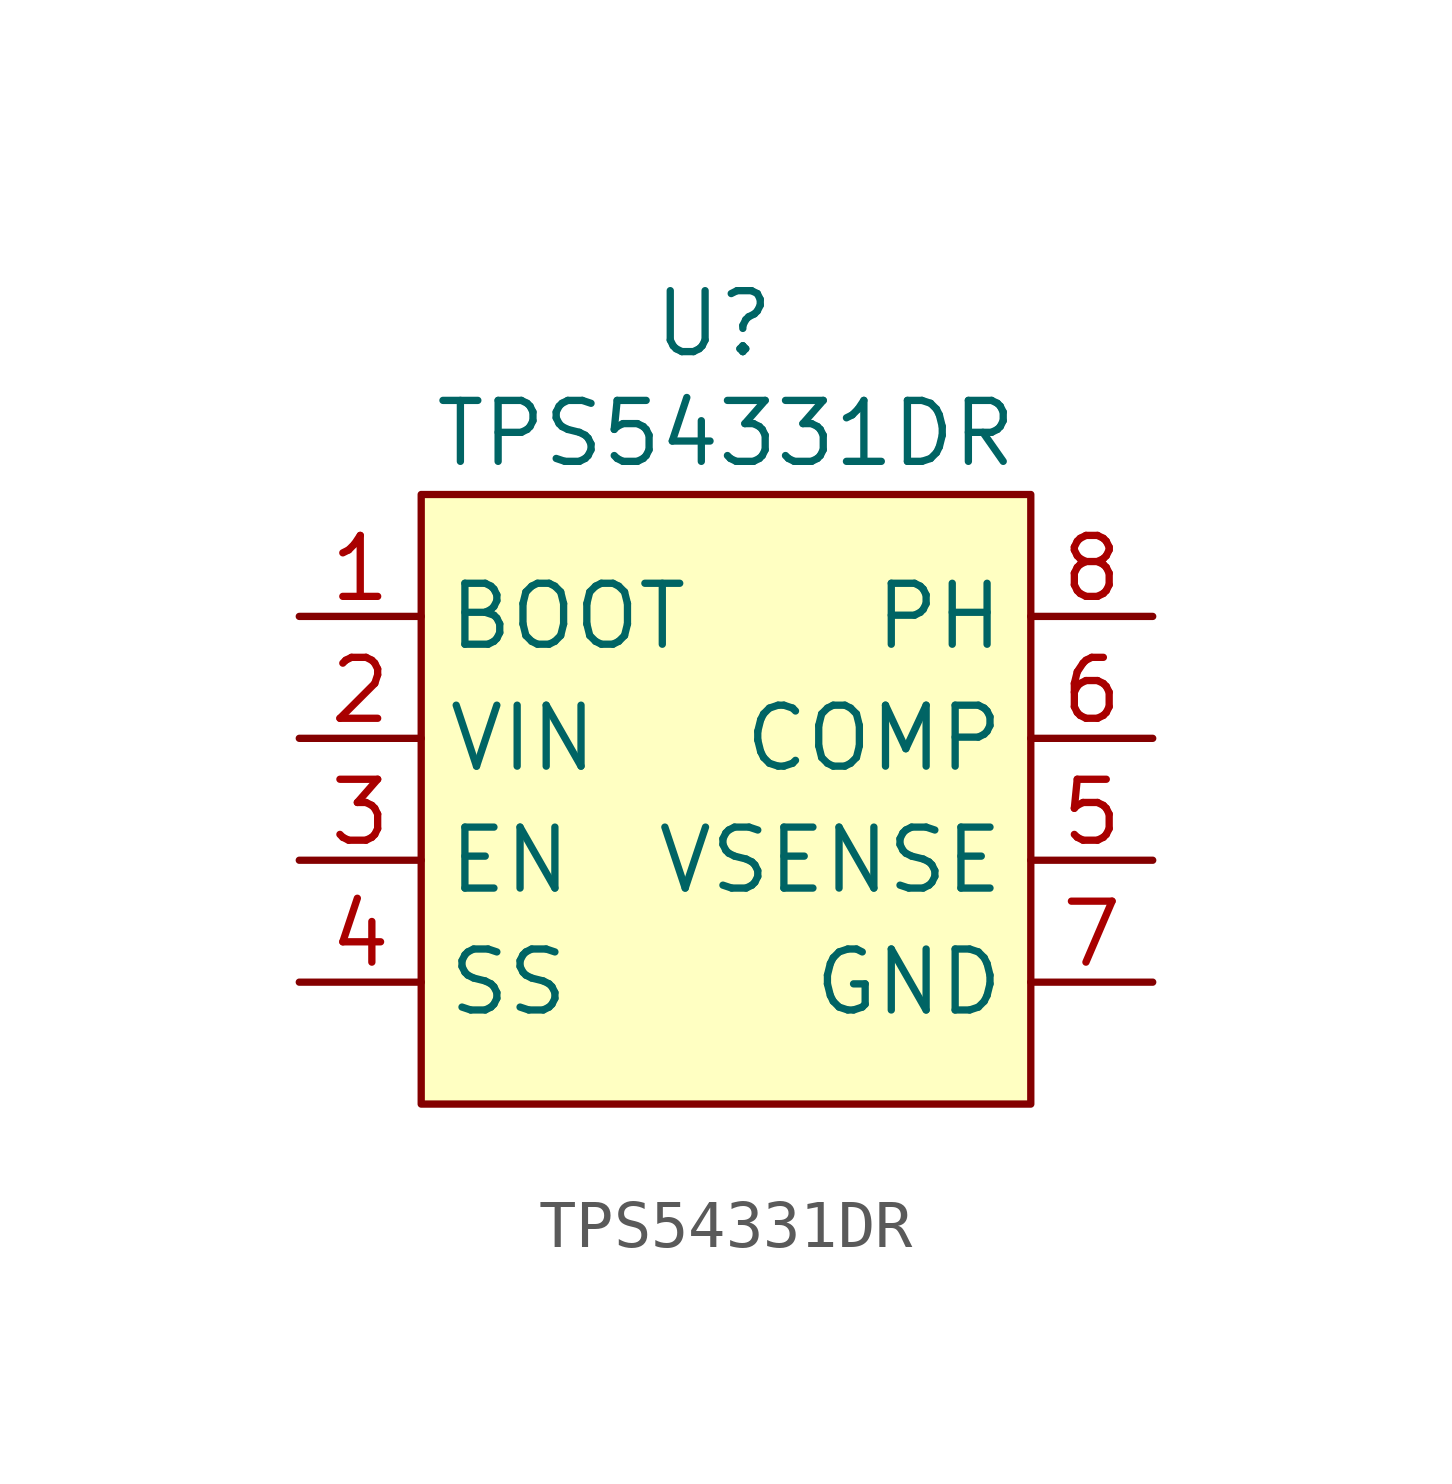
<source format=kicad_sym>
(kicad_symbol_lib
  (version 20231120)
  (generator "kicad_symbol_editor")
  (generator_version "8.0")
  (symbol "TPS54331DR"
    (property "Reference" "U"
      (at -0.254 2.286 0)
      (effects (font (size 1.27 1.27))))
    (property "Value" "TPS54331DR"
      (at 0 0 0)
      (effects (font (size 1.27 1.27))))
    (symbol "TPS54331DR_1_1"
      (rectangle (start -6.35 -1.27) (end 6.35 -13.97) (stroke (width 0) (type default)) (fill (type background)))
      (pin input line (at -8.89 -3.81 0) (length 2.54) (name "BOOT" (effects (font (size 1.27 1.27)))) (number "1" (effects (font (size 1.27 1.27)))))
      (pin power_in line (at -8.89 -6.35 0) (length 2.54) (name "VIN" (effects (font (size 1.27 1.27)))) (number "2" (effects (font (size 1.27 1.27)))))
      (pin input line (at -8.89 -8.89 0) (length 2.54) (name "EN" (effects (font (size 1.27 1.27)))) (number "3" (effects (font (size 1.27 1.27)))))
      (pin input line (at -8.89 -11.43 0) (length 2.54) (name "SS" (effects (font (size 1.27 1.27)))) (number "4" (effects (font (size 1.27 1.27)))))
      (pin input line (at 8.89 -8.89 180) (length 2.54) (name "VSENSE" (effects (font (size 1.27 1.27)))) (number "5" (effects (font (size 1.27 1.27)))))
      (pin input line (at 8.89 -6.35 180) (length 2.54) (name "COMP" (effects (font (size 1.27 1.27)))) (number "6" (effects (font (size 1.27 1.27)))))
      (pin power_in line (at 8.89 -11.43 180) (length 2.54) (name "GND" (effects (font (size 1.27 1.27)))) (number "7" (effects (font (size 1.27 1.27)))))
      (pin power_out line (at 8.89 -3.81 180) (length 2.54) (name "PH" (effects (font (size 1.27 1.27)))) (number "8" (effects (font (size 1.27 1.27))))))))
</source>
